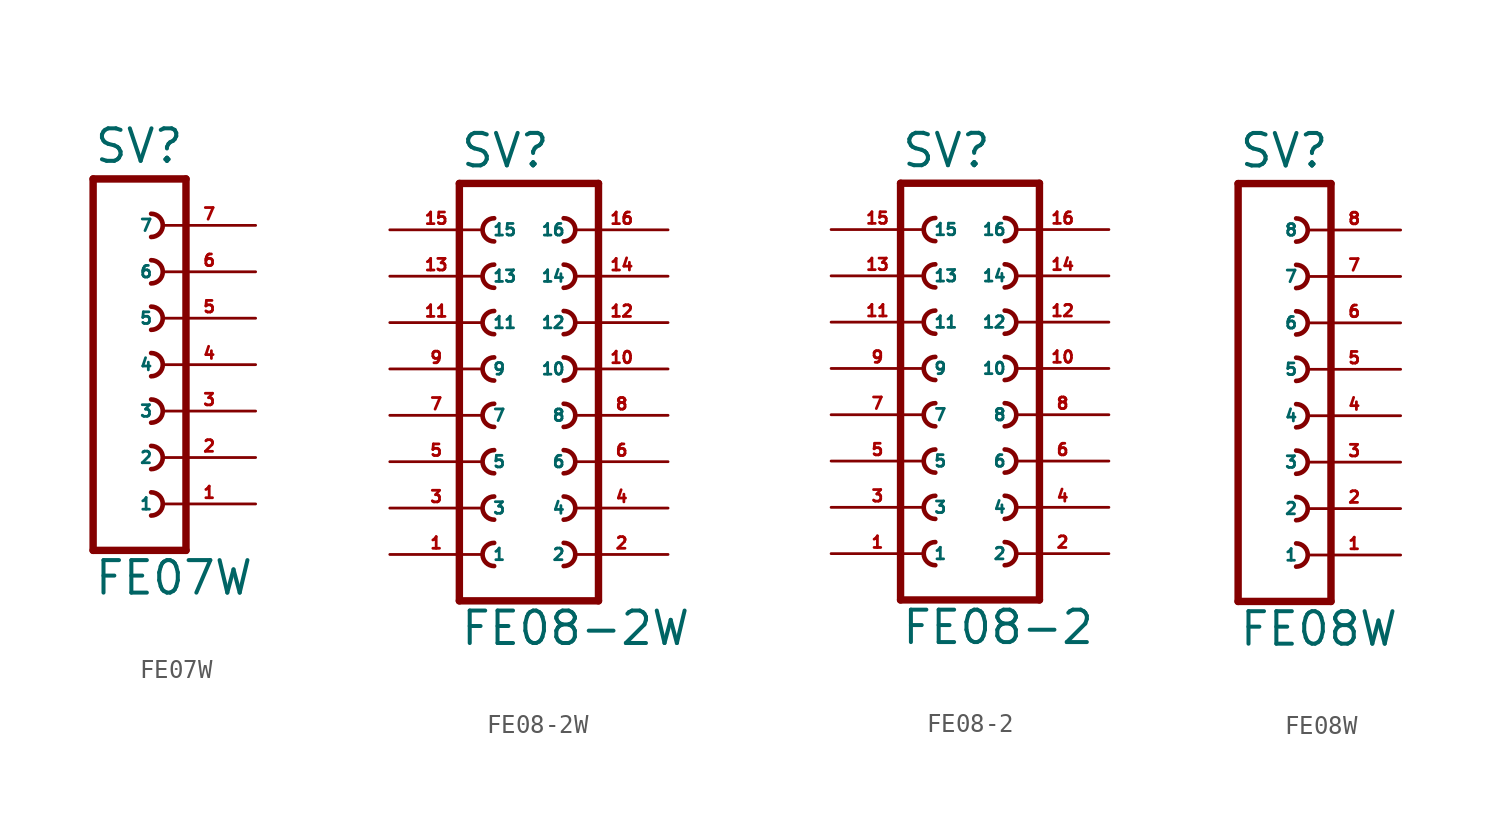
<source format=kicad_sym>
(kicad_symbol_lib
  (version 20220914)
  (generator Eagle2Kicad)
  (symbol "FE07W"
    (property "Reference" "SV"
      (at -1.27 10.922 0)
      (effects (font (size 1.778 1.778) (thickness 0.22)) (justify left bottom)))
    (property "Value" "FE07W"
      (at -1.27 -12.7 0)
      (effects (font (size 1.778 1.778) (thickness 0.22)) (justify left bottom)))
    (polyline
      (pts (xy 3.81 -10.16) (xy -1.27 -10.16))
      (stroke (width 0.406) (type default))
      (fill (type none)))
    (arc
      (start 1.905 -3.175)
      (mid 2.540 -2.540)
      (end 1.905 -1.905)
      (stroke (width 0.254) (type default))
      (fill (type none)))
    (arc
      (start 1.905 -5.715)
      (mid 2.540 -5.080)
      (end 1.905 -4.445)
      (stroke (width 0.254) (type default))
      (fill (type none)))
    (arc
      (start 1.905 -8.255)
      (mid 2.540 -7.620)
      (end 1.905 -6.985)
      (stroke (width 0.254) (type default))
      (fill (type none)))
    (polyline
      (pts (xy -1.27 10.16) (xy -1.27 -10.16))
      (stroke (width 0.406) (type default))
      (fill (type none)))
    (polyline
      (pts (xy 3.81 -10.16) (xy 3.81 10.16))
      (stroke (width 0.406) (type default))
      (fill (type none)))
    (polyline
      (pts (xy -1.27 10.16) (xy 3.81 10.16))
      (stroke (width 0.406) (type default))
      (fill (type none)))
    (arc
      (start 1.905 1.905)
      (mid 2.540 2.540)
      (end 1.905 3.175)
      (stroke (width 0.254) (type default))
      (fill (type none)))
    (arc
      (start 1.905 -0.635)
      (mid 2.540 0.000)
      (end 1.905 0.635)
      (stroke (width 0.254) (type default))
      (fill (type none)))
    (arc
      (start 1.905 4.445)
      (mid 2.540 5.080)
      (end 1.905 5.715)
      (stroke (width 0.254) (type default))
      (fill (type none)))
    (arc
      (start 1.905 6.985)
      (mid 2.540 7.620)
      (end 1.905 8.255)
      (stroke (width 0.254) (type default))
      (fill (type none)))
    (pin passive line
      (at 7.62 -7.62 180)
      (length 5.08)
      (name "1" (effects (font (size 0.635 0.635) (thickness 0.08)) (justify left bottom)))
      (number "1" (effects (font (size 0.635 0.635) (thickness 0.08)) (justify left bottom))))
    (pin passive line
      (at 7.62 -5.08 180)
      (length 5.08)
      (name "2" (effects (font (size 0.635 0.635) (thickness 0.08)) (justify left bottom)))
      (number "2" (effects (font (size 0.635 0.635) (thickness 0.08)) (justify left bottom))))
    (pin passive line
      (at 7.62 -2.54 180)
      (length 5.08)
      (name "3" (effects (font (size 0.635 0.635) (thickness 0.08)) (justify left bottom)))
      (number "3" (effects (font (size 0.635 0.635) (thickness 0.08)) (justify left bottom))))
    (pin passive line
      (at 7.62 0 180)
      (length 5.08)
      (name "4" (effects (font (size 0.635 0.635) (thickness 0.08)) (justify left bottom)))
      (number "4" (effects (font (size 0.635 0.635) (thickness 0.08)) (justify left bottom))))
    (pin passive line
      (at 7.62 2.54 180)
      (length 5.08)
      (name "5" (effects (font (size 0.635 0.635) (thickness 0.08)) (justify left bottom)))
      (number "5" (effects (font (size 0.635 0.635) (thickness 0.08)) (justify left bottom))))
    (pin passive line
      (at 7.62 5.08 180)
      (length 5.08)
      (name "6" (effects (font (size 0.635 0.635) (thickness 0.08)) (justify left bottom)))
      (number "6" (effects (font (size 0.635 0.635) (thickness 0.08)) (justify left bottom))))
    (pin passive line
      (at 7.62 7.62 180)
      (length 5.08)
      (name "7" (effects (font (size 0.635 0.635) (thickness 0.08)) (justify left bottom)))
      (number "7" (effects (font (size 0.635 0.635) (thickness 0.08)) (justify left bottom)))))
  (symbol "FE08-2W"
    (property "Reference" "SV"
      (at -3.81 13.462 0)
      (effects (font (size 1.778 1.778) (thickness 0.22)) (justify left bottom)))
    (property "Value" "FE08-2W"
      (at -3.81 -12.7 0)
      (effects (font (size 1.778 1.778) (thickness 0.22)) (justify left bottom)))
    (polyline
      (pts (xy 3.81 -10.16) (xy -3.81 -10.16))
      (stroke (width 0.406) (type default))
      (fill (type none)))
    (arc
      (start -1.905 -1.905)
      (mid -2.540 -2.540)
      (end -1.905 -3.175)
      (stroke (width 0.254) (type default))
      (fill (type none)))
    (arc
      (start -1.905 -4.445)
      (mid -2.540 -5.080)
      (end -1.905 -5.715)
      (stroke (width 0.254) (type default))
      (fill (type none)))
    (arc
      (start -1.905 -6.985)
      (mid -2.540 -7.620)
      (end -1.905 -8.255)
      (stroke (width 0.254) (type default))
      (fill (type none)))
    (arc
      (start 1.905 -3.175)
      (mid 2.540 -2.540)
      (end 1.905 -1.905)
      (stroke (width 0.254) (type default))
      (fill (type none)))
    (arc
      (start 1.905 -5.715)
      (mid 2.540 -5.080)
      (end 1.905 -4.445)
      (stroke (width 0.254) (type default))
      (fill (type none)))
    (arc
      (start 1.905 -8.255)
      (mid 2.540 -7.620)
      (end 1.905 -6.985)
      (stroke (width 0.254) (type default))
      (fill (type none)))
    (arc
      (start -1.905 3.175)
      (mid -2.540 2.540)
      (end -1.905 1.905)
      (stroke (width 0.254) (type default))
      (fill (type none)))
    (arc
      (start -1.905 0.635)
      (mid -2.540 0.000)
      (end -1.905 -0.635)
      (stroke (width 0.254) (type default))
      (fill (type none)))
    (arc
      (start 1.905 1.905)
      (mid 2.540 2.540)
      (end 1.905 3.175)
      (stroke (width 0.254) (type default))
      (fill (type none)))
    (arc
      (start 1.905 -0.635)
      (mid 2.540 0.000)
      (end 1.905 0.635)
      (stroke (width 0.254) (type default))
      (fill (type none)))
    (arc
      (start -1.905 10.795)
      (mid -2.540 10.160)
      (end -1.905 9.525)
      (stroke (width 0.254) (type default))
      (fill (type none)))
    (arc
      (start -1.905 8.255)
      (mid -2.540 7.620)
      (end -1.905 6.985)
      (stroke (width 0.254) (type default))
      (fill (type none)))
    (arc
      (start -1.905 5.715)
      (mid -2.540 5.080)
      (end -1.905 4.445)
      (stroke (width 0.254) (type default))
      (fill (type none)))
    (arc
      (start 1.905 9.525)
      (mid 2.540 10.160)
      (end 1.905 10.795)
      (stroke (width 0.254) (type default))
      (fill (type none)))
    (arc
      (start 1.905 6.985)
      (mid 2.540 7.620)
      (end 1.905 8.255)
      (stroke (width 0.254) (type default))
      (fill (type none)))
    (arc
      (start 1.905 4.445)
      (mid 2.540 5.080)
      (end 1.905 5.715)
      (stroke (width 0.254) (type default))
      (fill (type none)))
    (polyline
      (pts (xy -3.81 12.7) (xy -3.81 -10.16))
      (stroke (width 0.406) (type default))
      (fill (type none)))
    (polyline
      (pts (xy 3.81 -10.16) (xy 3.81 12.7))
      (stroke (width 0.406) (type default))
      (fill (type none)))
    (polyline
      (pts (xy -3.81 12.7) (xy 3.81 12.7))
      (stroke (width 0.406) (type default))
      (fill (type none)))
    (pin passive line
      (at -7.62 -7.62 0)
      (length 5.08)
      (name "1" (effects (font (size 0.635 0.635) (thickness 0.08)) (justify left bottom)))
      (number "1" (effects (font (size 0.635 0.635) (thickness 0.08)) (justify left bottom))))
    (pin passive line
      (at -7.62 -5.08 0)
      (length 5.08)
      (name "3" (effects (font (size 0.635 0.635) (thickness 0.08)) (justify left bottom)))
      (number "3" (effects (font (size 0.635 0.635) (thickness 0.08)) (justify left bottom))))
    (pin passive line
      (at -7.62 -2.54 0)
      (length 5.08)
      (name "5" (effects (font (size 0.635 0.635) (thickness 0.08)) (justify left bottom)))
      (number "5" (effects (font (size 0.635 0.635) (thickness 0.08)) (justify left bottom))))
    (pin passive line
      (at 7.62 -7.62 180)
      (length 5.08)
      (name "2" (effects (font (size 0.635 0.635) (thickness 0.08)) (justify left bottom)))
      (number "2" (effects (font (size 0.635 0.635) (thickness 0.08)) (justify left bottom))))
    (pin passive line
      (at 7.62 -5.08 180)
      (length 5.08)
      (name "4" (effects (font (size 0.635 0.635) (thickness 0.08)) (justify left bottom)))
      (number "4" (effects (font (size 0.635 0.635) (thickness 0.08)) (justify left bottom))))
    (pin passive line
      (at 7.62 -2.54 180)
      (length 5.08)
      (name "6" (effects (font (size 0.635 0.635) (thickness 0.08)) (justify left bottom)))
      (number "6" (effects (font (size 0.635 0.635) (thickness 0.08)) (justify left bottom))))
    (pin passive line
      (at -7.62 0 0)
      (length 5.08)
      (name "7" (effects (font (size 0.635 0.635) (thickness 0.08)) (justify left bottom)))
      (number "7" (effects (font (size 0.635 0.635) (thickness 0.08)) (justify left bottom))))
    (pin passive line
      (at -7.62 2.54 0)
      (length 5.08)
      (name "9" (effects (font (size 0.635 0.635) (thickness 0.08)) (justify left bottom)))
      (number "9" (effects (font (size 0.635 0.635) (thickness 0.08)) (justify left bottom))))
    (pin passive line
      (at 7.62 0 180)
      (length 5.08)
      (name "8" (effects (font (size 0.635 0.635) (thickness 0.08)) (justify left bottom)))
      (number "8" (effects (font (size 0.635 0.635) (thickness 0.08)) (justify left bottom))))
    (pin passive line
      (at 7.62 2.54 180)
      (length 5.08)
      (name "10" (effects (font (size 0.635 0.635) (thickness 0.08)) (justify left bottom)))
      (number "10" (effects (font (size 0.635 0.635) (thickness 0.08)) (justify left bottom))))
    (pin passive line
      (at -7.62 5.08 0)
      (length 5.08)
      (name "11" (effects (font (size 0.635 0.635) (thickness 0.08)) (justify left bottom)))
      (number "11" (effects (font (size 0.635 0.635) (thickness 0.08)) (justify left bottom))))
    (pin passive line
      (at -7.62 7.62 0)
      (length 5.08)
      (name "13" (effects (font (size 0.635 0.635) (thickness 0.08)) (justify left bottom)))
      (number "13" (effects (font (size 0.635 0.635) (thickness 0.08)) (justify left bottom))))
    (pin passive line
      (at -7.62 10.16 0)
      (length 5.08)
      (name "15" (effects (font (size 0.635 0.635) (thickness 0.08)) (justify left bottom)))
      (number "15" (effects (font (size 0.635 0.635) (thickness 0.08)) (justify left bottom))))
    (pin passive line
      (at 7.62 5.08 180)
      (length 5.08)
      (name "12" (effects (font (size 0.635 0.635) (thickness 0.08)) (justify left bottom)))
      (number "12" (effects (font (size 0.635 0.635) (thickness 0.08)) (justify left bottom))))
    (pin passive line
      (at 7.62 7.62 180)
      (length 5.08)
      (name "14" (effects (font (size 0.635 0.635) (thickness 0.08)) (justify left bottom)))
      (number "14" (effects (font (size 0.635 0.635) (thickness 0.08)) (justify left bottom))))
    (pin passive line
      (at 7.62 10.16 180)
      (length 5.08)
      (name "16" (effects (font (size 0.635 0.635) (thickness 0.08)) (justify left bottom)))
      (number "16" (effects (font (size 0.635 0.635) (thickness 0.08)) (justify left bottom)))))
  (symbol "FE08-2"
    (property "Reference" "SV"
      (at -3.81 13.462 0)
      (effects (font (size 1.778 1.778) (thickness 0.22)) (justify left bottom)))
    (property "Value" "FE08-2"
      (at -3.81 -12.7 0)
      (effects (font (size 1.778 1.778) (thickness 0.22)) (justify left bottom)))
    (polyline
      (pts (xy 3.81 -10.16) (xy -3.81 -10.16))
      (stroke (width 0.406) (type default))
      (fill (type none)))
    (arc
      (start -1.905 -1.905)
      (mid -2.540 -2.540)
      (end -1.905 -3.175)
      (stroke (width 0.254) (type default))
      (fill (type none)))
    (arc
      (start -1.905 -4.445)
      (mid -2.540 -5.080)
      (end -1.905 -5.715)
      (stroke (width 0.254) (type default))
      (fill (type none)))
    (arc
      (start -1.905 -6.985)
      (mid -2.540 -7.620)
      (end -1.905 -8.255)
      (stroke (width 0.254) (type default))
      (fill (type none)))
    (arc
      (start 1.905 -3.175)
      (mid 2.540 -2.540)
      (end 1.905 -1.905)
      (stroke (width 0.254) (type default))
      (fill (type none)))
    (arc
      (start 1.905 -5.715)
      (mid 2.540 -5.080)
      (end 1.905 -4.445)
      (stroke (width 0.254) (type default))
      (fill (type none)))
    (arc
      (start 1.905 -8.255)
      (mid 2.540 -7.620)
      (end 1.905 -6.985)
      (stroke (width 0.254) (type default))
      (fill (type none)))
    (arc
      (start -1.905 3.175)
      (mid -2.540 2.540)
      (end -1.905 1.905)
      (stroke (width 0.254) (type default))
      (fill (type none)))
    (arc
      (start -1.905 0.635)
      (mid -2.540 0.000)
      (end -1.905 -0.635)
      (stroke (width 0.254) (type default))
      (fill (type none)))
    (arc
      (start 1.905 1.905)
      (mid 2.540 2.540)
      (end 1.905 3.175)
      (stroke (width 0.254) (type default))
      (fill (type none)))
    (arc
      (start 1.905 -0.635)
      (mid 2.540 0.000)
      (end 1.905 0.635)
      (stroke (width 0.254) (type default))
      (fill (type none)))
    (arc
      (start -1.905 10.795)
      (mid -2.540 10.160)
      (end -1.905 9.525)
      (stroke (width 0.254) (type default))
      (fill (type none)))
    (arc
      (start -1.905 8.255)
      (mid -2.540 7.620)
      (end -1.905 6.985)
      (stroke (width 0.254) (type default))
      (fill (type none)))
    (arc
      (start -1.905 5.715)
      (mid -2.540 5.080)
      (end -1.905 4.445)
      (stroke (width 0.254) (type default))
      (fill (type none)))
    (arc
      (start 1.905 9.525)
      (mid 2.540 10.160)
      (end 1.905 10.795)
      (stroke (width 0.254) (type default))
      (fill (type none)))
    (arc
      (start 1.905 6.985)
      (mid 2.540 7.620)
      (end 1.905 8.255)
      (stroke (width 0.254) (type default))
      (fill (type none)))
    (arc
      (start 1.905 4.445)
      (mid 2.540 5.080)
      (end 1.905 5.715)
      (stroke (width 0.254) (type default))
      (fill (type none)))
    (polyline
      (pts (xy -3.81 12.7) (xy -3.81 -10.16))
      (stroke (width 0.406) (type default))
      (fill (type none)))
    (polyline
      (pts (xy 3.81 -10.16) (xy 3.81 12.7))
      (stroke (width 0.406) (type default))
      (fill (type none)))
    (polyline
      (pts (xy -3.81 12.7) (xy 3.81 12.7))
      (stroke (width 0.406) (type default))
      (fill (type none)))
    (pin passive line
      (at -7.62 -7.62 0)
      (length 5.08)
      (name "1" (effects (font (size 0.635 0.635) (thickness 0.08)) (justify left bottom)))
      (number "1" (effects (font (size 0.635 0.635) (thickness 0.08)) (justify left bottom))))
    (pin passive line
      (at -7.62 -5.08 0)
      (length 5.08)
      (name "3" (effects (font (size 0.635 0.635) (thickness 0.08)) (justify left bottom)))
      (number "3" (effects (font (size 0.635 0.635) (thickness 0.08)) (justify left bottom))))
    (pin passive line
      (at -7.62 -2.54 0)
      (length 5.08)
      (name "5" (effects (font (size 0.635 0.635) (thickness 0.08)) (justify left bottom)))
      (number "5" (effects (font (size 0.635 0.635) (thickness 0.08)) (justify left bottom))))
    (pin passive line
      (at 7.62 -7.62 180)
      (length 5.08)
      (name "2" (effects (font (size 0.635 0.635) (thickness 0.08)) (justify left bottom)))
      (number "2" (effects (font (size 0.635 0.635) (thickness 0.08)) (justify left bottom))))
    (pin passive line
      (at 7.62 -5.08 180)
      (length 5.08)
      (name "4" (effects (font (size 0.635 0.635) (thickness 0.08)) (justify left bottom)))
      (number "4" (effects (font (size 0.635 0.635) (thickness 0.08)) (justify left bottom))))
    (pin passive line
      (at 7.62 -2.54 180)
      (length 5.08)
      (name "6" (effects (font (size 0.635 0.635) (thickness 0.08)) (justify left bottom)))
      (number "6" (effects (font (size 0.635 0.635) (thickness 0.08)) (justify left bottom))))
    (pin passive line
      (at -7.62 0 0)
      (length 5.08)
      (name "7" (effects (font (size 0.635 0.635) (thickness 0.08)) (justify left bottom)))
      (number "7" (effects (font (size 0.635 0.635) (thickness 0.08)) (justify left bottom))))
    (pin passive line
      (at -7.62 2.54 0)
      (length 5.08)
      (name "9" (effects (font (size 0.635 0.635) (thickness 0.08)) (justify left bottom)))
      (number "9" (effects (font (size 0.635 0.635) (thickness 0.08)) (justify left bottom))))
    (pin passive line
      (at 7.62 0 180)
      (length 5.08)
      (name "8" (effects (font (size 0.635 0.635) (thickness 0.08)) (justify left bottom)))
      (number "8" (effects (font (size 0.635 0.635) (thickness 0.08)) (justify left bottom))))
    (pin passive line
      (at 7.62 2.54 180)
      (length 5.08)
      (name "10" (effects (font (size 0.635 0.635) (thickness 0.08)) (justify left bottom)))
      (number "10" (effects (font (size 0.635 0.635) (thickness 0.08)) (justify left bottom))))
    (pin passive line
      (at -7.62 5.08 0)
      (length 5.08)
      (name "11" (effects (font (size 0.635 0.635) (thickness 0.08)) (justify left bottom)))
      (number "11" (effects (font (size 0.635 0.635) (thickness 0.08)) (justify left bottom))))
    (pin passive line
      (at -7.62 7.62 0)
      (length 5.08)
      (name "13" (effects (font (size 0.635 0.635) (thickness 0.08)) (justify left bottom)))
      (number "13" (effects (font (size 0.635 0.635) (thickness 0.08)) (justify left bottom))))
    (pin passive line
      (at -7.62 10.16 0)
      (length 5.08)
      (name "15" (effects (font (size 0.635 0.635) (thickness 0.08)) (justify left bottom)))
      (number "15" (effects (font (size 0.635 0.635) (thickness 0.08)) (justify left bottom))))
    (pin passive line
      (at 7.62 5.08 180)
      (length 5.08)
      (name "12" (effects (font (size 0.635 0.635) (thickness 0.08)) (justify left bottom)))
      (number "12" (effects (font (size 0.635 0.635) (thickness 0.08)) (justify left bottom))))
    (pin passive line
      (at 7.62 7.62 180)
      (length 5.08)
      (name "14" (effects (font (size 0.635 0.635) (thickness 0.08)) (justify left bottom)))
      (number "14" (effects (font (size 0.635 0.635) (thickness 0.08)) (justify left bottom))))
    (pin passive line
      (at 7.62 10.16 180)
      (length 5.08)
      (name "16" (effects (font (size 0.635 0.635) (thickness 0.08)) (justify left bottom)))
      (number "16" (effects (font (size 0.635 0.635) (thickness 0.08)) (justify left bottom)))))
  (symbol "FE08W"
    (property "Reference" "SV"
      (at -1.27 13.462 0)
      (effects (font (size 1.778 1.778) (thickness 0.22)) (justify left bottom)))
    (property "Value" "FE08W"
      (at -1.27 -12.7 0)
      (effects (font (size 1.778 1.778) (thickness 0.22)) (justify left bottom)))
    (polyline
      (pts (xy 3.81 -10.16) (xy -1.27 -10.16))
      (stroke (width 0.406) (type default))
      (fill (type none)))
    (arc
      (start 1.905 -3.175)
      (mid 2.540 -2.540)
      (end 1.905 -1.905)
      (stroke (width 0.254) (type default))
      (fill (type none)))
    (arc
      (start 1.905 -5.715)
      (mid 2.540 -5.080)
      (end 1.905 -4.445)
      (stroke (width 0.254) (type default))
      (fill (type none)))
    (arc
      (start 1.905 -8.255)
      (mid 2.540 -7.620)
      (end 1.905 -6.985)
      (stroke (width 0.254) (type default))
      (fill (type none)))
    (arc
      (start 1.905 1.905)
      (mid 2.540 2.540)
      (end 1.905 3.175)
      (stroke (width 0.254) (type default))
      (fill (type none)))
    (arc
      (start 1.905 -0.635)
      (mid 2.540 0.000)
      (end 1.905 0.635)
      (stroke (width 0.254) (type default))
      (fill (type none)))
    (arc
      (start 1.905 9.525)
      (mid 2.540 10.160)
      (end 1.905 10.795)
      (stroke (width 0.254) (type default))
      (fill (type none)))
    (arc
      (start 1.905 6.985)
      (mid 2.540 7.620)
      (end 1.905 8.255)
      (stroke (width 0.254) (type default))
      (fill (type none)))
    (arc
      (start 1.905 4.445)
      (mid 2.540 5.080)
      (end 1.905 5.715)
      (stroke (width 0.254) (type default))
      (fill (type none)))
    (polyline
      (pts (xy -1.27 12.7) (xy -1.27 -10.16))
      (stroke (width 0.406) (type default))
      (fill (type none)))
    (polyline
      (pts (xy 3.81 -10.16) (xy 3.81 12.7))
      (stroke (width 0.406) (type default))
      (fill (type none)))
    (polyline
      (pts (xy -1.27 12.7) (xy 3.81 12.7))
      (stroke (width 0.406) (type default))
      (fill (type none)))
    (pin passive line
      (at 7.62 -7.62 180)
      (length 5.08)
      (name "1" (effects (font (size 0.635 0.635) (thickness 0.08)) (justify left bottom)))
      (number "1" (effects (font (size 0.635 0.635) (thickness 0.08)) (justify left bottom))))
    (pin passive line
      (at 7.62 -5.08 180)
      (length 5.08)
      (name "2" (effects (font (size 0.635 0.635) (thickness 0.08)) (justify left bottom)))
      (number "2" (effects (font (size 0.635 0.635) (thickness 0.08)) (justify left bottom))))
    (pin passive line
      (at 7.62 -2.54 180)
      (length 5.08)
      (name "3" (effects (font (size 0.635 0.635) (thickness 0.08)) (justify left bottom)))
      (number "3" (effects (font (size 0.635 0.635) (thickness 0.08)) (justify left bottom))))
    (pin passive line
      (at 7.62 0 180)
      (length 5.08)
      (name "4" (effects (font (size 0.635 0.635) (thickness 0.08)) (justify left bottom)))
      (number "4" (effects (font (size 0.635 0.635) (thickness 0.08)) (justify left bottom))))
    (pin passive line
      (at 7.62 2.54 180)
      (length 5.08)
      (name "5" (effects (font (size 0.635 0.635) (thickness 0.08)) (justify left bottom)))
      (number "5" (effects (font (size 0.635 0.635) (thickness 0.08)) (justify left bottom))))
    (pin passive line
      (at 7.62 5.08 180)
      (length 5.08)
      (name "6" (effects (font (size 0.635 0.635) (thickness 0.08)) (justify left bottom)))
      (number "6" (effects (font (size 0.635 0.635) (thickness 0.08)) (justify left bottom))))
    (pin passive line
      (at 7.62 7.62 180)
      (length 5.08)
      (name "7" (effects (font (size 0.635 0.635) (thickness 0.08)) (justify left bottom)))
      (number "7" (effects (font (size 0.635 0.635) (thickness 0.08)) (justify left bottom))))
    (pin passive line
      (at 7.62 10.16 180)
      (length 5.08)
      (name "8" (effects (font (size 0.635 0.635) (thickness 0.08)) (justify left bottom)))
      (number "8" (effects (font (size 0.635 0.635) (thickness 0.08)) (justify left bottom))))))
</source>
